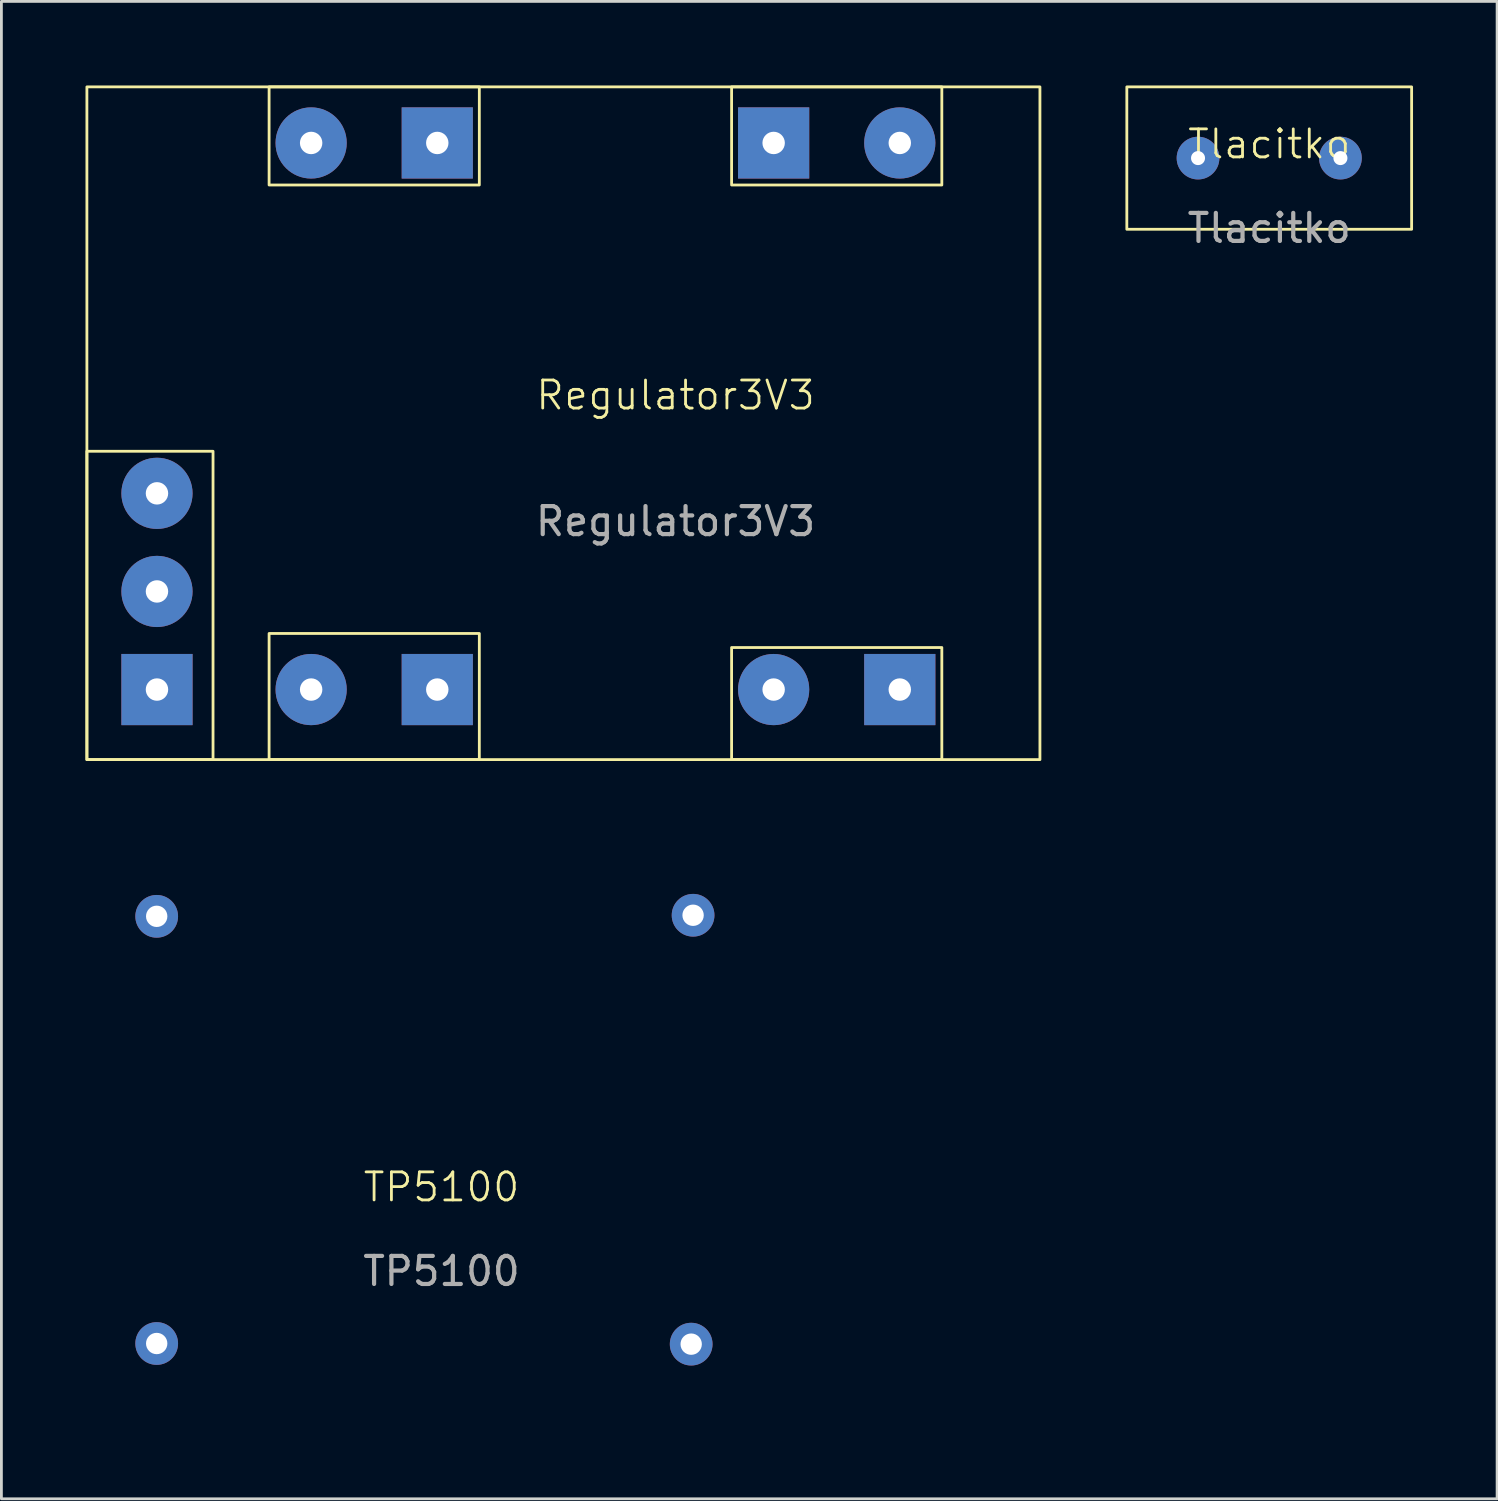
<source format=kicad_pcb>
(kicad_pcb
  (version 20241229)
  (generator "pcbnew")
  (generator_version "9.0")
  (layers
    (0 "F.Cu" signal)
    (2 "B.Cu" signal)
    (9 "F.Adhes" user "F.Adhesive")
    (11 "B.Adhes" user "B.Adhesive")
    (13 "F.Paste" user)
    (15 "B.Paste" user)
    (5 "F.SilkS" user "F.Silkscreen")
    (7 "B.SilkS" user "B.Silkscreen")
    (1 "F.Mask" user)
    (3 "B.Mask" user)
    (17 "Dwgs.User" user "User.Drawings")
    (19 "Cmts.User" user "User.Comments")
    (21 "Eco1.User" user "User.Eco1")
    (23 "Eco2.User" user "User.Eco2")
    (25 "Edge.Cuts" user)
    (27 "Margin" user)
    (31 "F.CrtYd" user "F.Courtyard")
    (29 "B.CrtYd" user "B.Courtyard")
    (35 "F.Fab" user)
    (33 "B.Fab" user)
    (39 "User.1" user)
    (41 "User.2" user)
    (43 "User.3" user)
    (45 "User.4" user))
  (footprint "Regulator3V3"
    (layer "F.Cu")
    (at 21.05 11.55)
    (property "Reference" "Regulator3V3" (at 0 -0.5 0) (unlocked yes) (layer "F.SilkS") (effects (font (size 1 1) (thickness 0.1))))
    (attr board_only exclude_from_pos_files exclude_from_bom)
    (fp_rect (start -21 -11.5) (end 13 12.5) (stroke (width 0.1) (type default)) (fill no) (layer "F.SilkS"))
    (fp_rect (start -21 1.5) (end -16.5 12.5) (stroke (width 0.1) (type default)) (fill no) (layer "F.SilkS"))
    (fp_rect (start -14.5 -11.5) (end -7 -8) (stroke (width 0.1) (type default)) (fill no) (layer "F.SilkS"))
    (fp_rect (start -14.5 8) (end -7 12.5) (stroke (width 0.1) (type default)) (fill no) (layer "F.SilkS"))
    (fp_rect (start 2 -11.5) (end 9.5 -8) (stroke (width 0.1) (type default)) (fill no) (layer "F.SilkS"))
    (fp_rect (start 2 8.5) (end 9.5 12.5) (stroke (width 0.1) (type default)) (fill no) (layer "F.SilkS"))
    (fp_text user "${REFERENCE}" (at 0 4 0) (unlocked yes) (layer "F.Fab") (effects (font (size 1 1) (thickness 0.15))))
    (pad "1" thru_hole circle (at -13 -9.5) (size 2.54 2.54) (drill 0.8) (layers "*.Cu" "*.Mask"))
    (pad "2" thru_hole rect (at -8.5 -9.5) (size 2.54 2.54) (drill 0.8) (layers "*.Cu" "*.Mask"))
    (pad "3" thru_hole rect (at 3.5 -9.5) (size 2.54 2.54) (drill 0.8) (layers "*.Cu" "*.Mask"))
    (pad "4" thru_hole circle (at 8 -9.5) (size 2.54 2.54) (drill 0.8) (layers "*.Cu" "*.Mask"))
    (pad "5" thru_hole circle (at -13 10) (size 2.54 2.54) (drill 0.8) (layers "*.Cu" "*.Mask"))
    (pad "6" thru_hole rect (at -8.5 10) (size 2.54 2.54) (drill 0.8) (layers "*.Cu" "*.Mask"))
    (pad "7" thru_hole circle (at 3.5 10) (size 2.54 2.54) (drill 0.8) (layers "*.Cu" "*.Mask"))
    (pad "8" thru_hole rect (at 8 10) (size 2.54 2.54) (drill 0.8) (layers "*.Cu" "*.Mask"))
    (pad "9" thru_hole circle (at -18.5 3) (size 2.54 2.54) (drill 0.8) (layers "*.Cu" "*.Mask"))
    (pad "10" thru_hole circle (at -18.5 6.5) (size 2.54 2.54) (drill 0.8) (layers "*.Cu" "*.Mask"))
    (pad "11" thru_hole rect (at -18.5 10) (size 2.54 2.54) (drill 0.8) (layers "*.Cu" "*.Mask"))
    (zone (net_name "") (layer "F.SilkS") (hatch edge 0.5) (connect_pads) (min_thickness 0.25) (filled_areas_thickness no) (keepout (tracks not_allowed) (vias not_allowed) (pads not_allowed) (copperpour allowed) (footprints allowed)) (placement (enabled no)) (fill) (polygon (pts (xy 0.05 0.05) (xy 0.05 24.05) (xy 34.05 24.05) (xy 34.05 0.05)))))
  (footprint "TP5100"
    (layer "F.Cu")
    (at 12.7 39.8)
    (property "Reference" "TP5100" (at 0 -0.5 0) (unlocked yes) (layer "F.SilkS") (effects (font (size 1 1) (thickness 0.1))))
    (attr through_hole)
    (fp_text user "${REFERENCE}" (at 0 2.5 0) (unlocked yes) (layer "F.Fab") (effects (font (size 1 1) (thickness 0.15))))
    (pad "1" thru_hole circle (at -10.16 -10.16) (size 1.524 1.524) (drill 0.762) (layers "*.Cu" "*.Mask"))
    (pad "2" thru_hole circle (at -10.16 5.08) (size 1.524 1.524) (drill 0.762) (layers "*.Cu" "*.Mask"))
    (pad "3" thru_hole circle (at 8.976 -10.198) (size 1.524 1.524) (drill 0.762) (layers "*.Cu" "*.Mask"))
    (pad "4" thru_hole circle (at 8.908 5.103) (size 1.524 1.524) (drill 0.762) (layers "*.Cu" "*.Mask"))
    (zone (net_name "") (layer "F.SilkS") (hatch edge 0.5) (connect_pads) (min_thickness 0.25) (filled_areas_thickness no) (keepout (tracks not_allowed) (vias not_allowed) (pads not_allowed) (copperpour allowed) (footprints allowed)) (placement (enabled no)) (fill) (polygon (pts (xy 0 27.1) (xy 0 47.42) (xy 25.4 47.42) (xy 25.4 27.1)))))
  (footprint "Tlacitko"
    (layer "F.Cu")
    (at 42.23 2.59)
    (property "Reference" "Tlacitko" (at 0 -0.5 0) (unlocked yes) (layer "F.SilkS") (effects (font (size 1 1) (thickness 0.1))))
    (attr through_hole)
    (fp_rect (start -5.08 -2.54) (end 5.08 2.54) (stroke (width 0.1) (type default)) (fill no) (layer "F.SilkS"))
    (fp_text user "${REFERENCE}" (at 0 2.5 0) (unlocked yes) (layer "F.Fab") (effects (font (size 1 1) (thickness 0.15))))
    (pad "1" thru_hole circle (at -2.54 0) (size 1.524 1.524) (drill 0.5) (layers "*.Cu" "*.Mask"))
    (pad "2" thru_hole circle (at 2.54 0) (size 1.524 1.524) (drill 0.5) (layers "*.Cu" "*.Mask"))
    (zone (net_name "") (layer "F.SilkS") (hatch edge 0.5) (connect_pads) (min_thickness 0.25) (filled_areas_thickness no) (keepout (tracks not_allowed) (vias not_allowed) (pads not_allowed) (copperpour allowed) (footprints allowed)) (placement (enabled no)) (fill) (polygon (pts (xy 37.15 0.05) (xy 37.15 5.13) (xy 47.31 5.13) (xy 47.31 0.05)))))
  (gr_rect
    (start -3 -3)
    (end 50.36 50.42)
    (stroke (width 0.1) (type default))
    (fill no)
    (layer "Edge.Cuts")))
</source>
